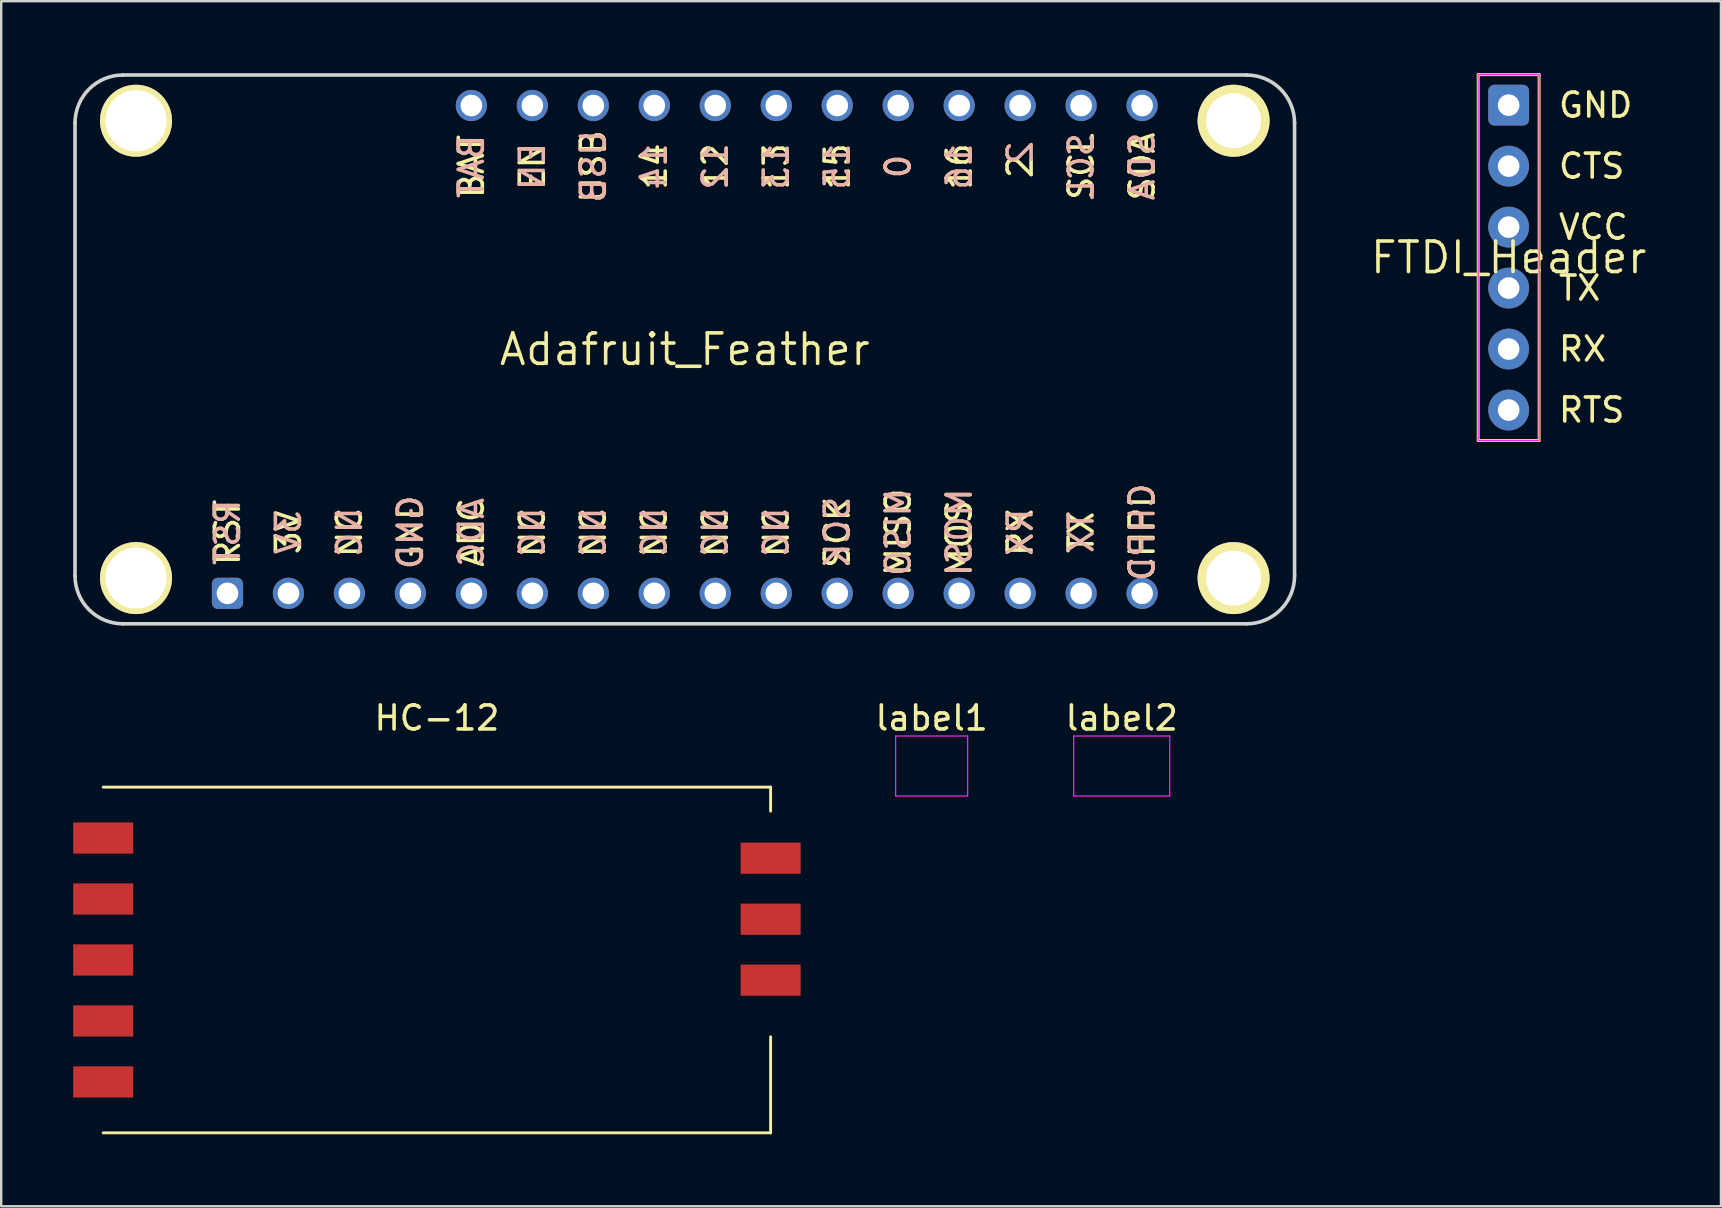
<source format=kicad_pcb>
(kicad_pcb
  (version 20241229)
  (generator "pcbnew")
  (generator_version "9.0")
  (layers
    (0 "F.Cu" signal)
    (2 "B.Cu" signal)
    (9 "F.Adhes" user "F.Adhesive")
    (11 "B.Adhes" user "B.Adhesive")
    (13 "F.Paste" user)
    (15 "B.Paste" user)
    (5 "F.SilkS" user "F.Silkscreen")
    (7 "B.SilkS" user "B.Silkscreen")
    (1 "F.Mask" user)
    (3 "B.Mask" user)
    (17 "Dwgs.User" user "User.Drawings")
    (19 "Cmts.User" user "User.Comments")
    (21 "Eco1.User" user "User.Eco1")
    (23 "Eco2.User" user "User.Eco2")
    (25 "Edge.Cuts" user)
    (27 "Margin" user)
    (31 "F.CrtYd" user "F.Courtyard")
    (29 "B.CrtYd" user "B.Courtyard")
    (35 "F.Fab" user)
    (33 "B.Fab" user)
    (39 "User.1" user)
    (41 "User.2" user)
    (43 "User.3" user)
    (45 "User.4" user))
  (footprint "Adafruit_Feather"
    (layer "F.Cu")
    (at 25.475 11.505)
    (property "Reference" "Adafruit_Feather" (at 0 0 0) (layer "F.SilkS") (effects (font (size 1.27 1.27) (thickness 0.15))))
    (attr through_hole)
    (fp_line (start -25.4 -9.43) (end -25.4 9.43) (stroke (width 0.15) (type solid)) (layer "Edge.Cuts"))
    (fp_line (start -23.4 -11.43) (end 23.4 -11.43) (stroke (width 0.15) (type solid)) (layer "Edge.Cuts"))
    (fp_line (start -23.4 11.43) (end 23.4 11.43) (stroke (width 0.15) (type solid)) (layer "Edge.Cuts"))
    (fp_line (start 25.4 -9.43) (end 25.4 9.43) (stroke (width 0.15) (type solid)) (layer "Edge.Cuts"))
    (fp_arc (start -25.4 -9.43) (mid -24.814214 -10.844214) (end -23.4 -11.43) (stroke (width 0.15) (type solid)) (layer "Edge.Cuts"))
    (fp_arc (start -23.4 11.43) (mid -24.814214 10.844214) (end -25.4 9.43) (stroke (width 0.15) (type solid)) (layer "Edge.Cuts"))
    (fp_arc (start 23.4 -11.43) (mid 24.814214 -10.844214) (end 25.4 -9.43) (stroke (width 0.15) (type solid)) (layer "Edge.Cuts"))
    (fp_arc (start 25.4 9.43) (mid 24.814214 10.844214) (end 23.4 11.43) (stroke (width 0.15) (type solid)) (layer "Edge.Cuts"))
    (fp_text user "NC" (at 3.81 7.62 90) (layer "F.SilkS") (effects (font (size 1 1) (thickness 0.15))))
    (fp_text user "3V" (at -16.51 7.62 90) (layer "F.SilkS") (effects (font (size 1 1) (thickness 0.15))))
    (fp_text user "GND" (at -11.43 7.62 90) (layer "F.SilkS") (effects (font (size 1 1) (thickness 0.15))))
    (fp_text user "MISO" (at 8.89 7.62 90) (layer "F.SilkS") (effects (font (size 1 1) (thickness 0.15))))
    (fp_text user "14" (at -1.27 -7.62 90) (layer "F.SilkS") (effects (font (size 1 1) (thickness 0.15))))
    (fp_text user "0" (at 8.89 -7.62 90) (layer "F.SilkS") (effects (font (size 1 1) (thickness 0.15))))
    (fp_text user "NC" (at -3.81 7.62 90) (layer "F.SilkS") (effects (font (size 1 1) (thickness 0.15))))
    (fp_text user "CHPD" (at 19.05 7.62 90) (layer "F.SilkS") (effects (font (size 1 1) (thickness 0.15))))
    (fp_text user "NC" (at -1.27 7.62 90) (layer "F.SilkS") (effects (font (size 1 1) (thickness 0.15))))
    (fp_text user "RST" (at -19.05 7.62 90) (layer "F.SilkS") (effects (font (size 1 1) (thickness 0.15))))
    (fp_text user "RX" (at 13.97 7.62 90) (layer "F.SilkS") (effects (font (size 1 1) (thickness 0.15))))
    (fp_text user "12" (at 1.27 -7.62 90) (layer "F.SilkS") (effects (font (size 1 1) (thickness 0.15))))
    (fp_text user "BAT" (at -8.89 -7.62 90) (layer "F.SilkS") (effects (font (size 1 1) (thickness 0.15))))
    (fp_text user "2" (at 13.97 -7.62 90) (layer "F.SilkS") (effects (font (size 1 1) (thickness 0.15))))
    (fp_text user "TX" (at 16.51 7.62 90) (layer "F.SilkS") (effects (font (size 1 1) (thickness 0.15))))
    (fp_text user "SDA" (at 19.05 -7.62 90) (layer "F.SilkS") (effects (font (size 1 1) (thickness 0.15))))
    (fp_text user "USB" (at -3.81 -7.62 90) (layer "F.SilkS") (effects (font (size 1 1) (thickness 0.15))))
    (fp_text user "13" (at 3.81 -7.62 90) (layer "F.SilkS") (effects (font (size 1 1) (thickness 0.15))))
    (fp_text user "ADC" (at -8.89 7.62 90) (layer "F.SilkS") (effects (font (size 1 1) (thickness 0.15))))
    (fp_text user "NC" (at -13.97 7.62 90) (layer "F.SilkS") (effects (font (size 1 1) (thickness 0.15))))
    (fp_text user "SCK" (at 6.35 7.62 90) (layer "F.SilkS") (effects (font (size 1 1) (thickness 0.15))))
    (fp_text user "MOSI" (at 11.43 7.62 90) (layer "F.SilkS") (effects (font (size 1 1) (thickness 0.15))))
    (fp_text user "NC" (at -6.35 7.62 90) (layer "F.SilkS") (effects (font (size 1 1) (thickness 0.15))))
    (fp_text user "NC" (at 1.27 7.62 90) (layer "F.SilkS") (effects (font (size 1 1) (thickness 0.15))))
    (fp_text user "16" (at 11.43 -7.62 90) (layer "F.SilkS") (effects (font (size 1 1) (thickness 0.15))))
    (fp_text user "15" (at 6.35 -7.62 90) (layer "F.SilkS") (effects (font (size 1 1) (thickness 0.15))))
    (fp_text user "EN" (at -6.35 -7.62 90) (layer "F.SilkS") (effects (font (size 1 1) (thickness 0.15))))
    (fp_text user "SCL" (at 16.51 -7.62 90) (layer "F.SilkS") (effects (font (size 1 1) (thickness 0.15))))
    (fp_text user "TX" (at 16.51 7.62 90) (layer "B.SilkS") (effects (font (size 1 1) (thickness 0.15)) (justify mirror)))
    (fp_text user "RST" (at -19.05 7.62 90) (layer "B.SilkS") (effects (font (size 1 1) (thickness 0.15)) (justify mirror)))
    (fp_text user "CHPD" (at 19.05 7.62 90) (layer "B.SilkS") (effects (font (size 1 1) (thickness 0.15)) (justify mirror)))
    (fp_text user "BAT" (at -8.89 -7.62 90) (layer "B.SilkS") (effects (font (size 1 1) (thickness 0.15)) (justify mirror)))
    (fp_text user "RX" (at 13.97 7.62 90) (layer "B.SilkS") (effects (font (size 1 1) (thickness 0.15)) (justify mirror)))
    (fp_text user "EN" (at -6.35 -7.62 90) (layer "B.SilkS") (effects (font (size 1 1) (thickness 0.15)) (justify mirror)))
    (fp_text user "NC" (at -6.35 7.62 90) (layer "B.SilkS") (effects (font (size 1 1) (thickness 0.15)) (justify mirror)))
    (fp_text user "SDA" (at 19.05 -7.62 90) (layer "B.SilkS") (effects (font (size 1 1) (thickness 0.15)) (justify mirror)))
    (fp_text user "MOSI" (at 11.43 7.62 90) (layer "B.SilkS") (effects (font (size 1 1) (thickness 0.15)) (justify mirror)))
    (fp_text user "SCK" (at 6.35 7.62 90) (layer "B.SilkS") (effects (font (size 1 1) (thickness 0.15)) (justify mirror)))
    (fp_text user "NC" (at 3.81 7.62 90) (layer "B.SilkS") (effects (font (size 1 1) (thickness 0.15)) (justify mirror)))
    (fp_text user "NC" (at -1.27 7.62 90) (layer "B.SilkS") (effects (font (size 1 1) (thickness 0.15)) (justify mirror)))
    (fp_text user "GND" (at -11.43 7.62 90) (layer "B.SilkS") (effects (font (size 1 1) (thickness 0.15)) (justify mirror)))
    (fp_text user "NC" (at 1.27 7.62 90) (layer "B.SilkS") (effects (font (size 1 1) (thickness 0.15)) (justify mirror)))
    (fp_text user "NC" (at -3.81 7.62 90) (layer "B.SilkS") (effects (font (size 1 1) (thickness 0.15)) (justify mirror)))
    (fp_text user "0" (at 8.89 -7.62 90) (layer "B.SilkS") (effects (font (size 1 1) (thickness 0.15)) (justify mirror)))
    (fp_text user "3V" (at -16.51 7.62 90) (layer "B.SilkS") (effects (font (size 1 1) (thickness 0.15)) (justify mirror)))
    (fp_text user "ADC" (at -8.89 7.62 90) (layer "B.SilkS") (effects (font (size 1 1) (thickness 0.15)) (justify mirror)))
    (fp_text user "2" (at 13.97 -7.62 90) (layer "B.SilkS") (effects (font (size 1 1) (thickness 0.15)) (justify right mirror)))
    (fp_text user "15" (at 6.35 -7.62 90) (layer "B.SilkS") (effects (font (size 1 1) (thickness 0.15)) (justify mirror)))
    (fp_text user "USB" (at -3.81 -7.62 90) (layer "B.SilkS") (effects (font (size 1 1) (thickness 0.15)) (justify mirror)))
    (fp_text user "NC" (at -13.97 7.62 90) (layer "B.SilkS") (effects (font (size 1 1) (thickness 0.15)) (justify mirror)))
    (fp_text user "13" (at 3.81 -7.62 90) (layer "B.SilkS") (effects (font (size 1 1) (thickness 0.15)) (justify mirror)))
    (fp_text user "MISO" (at 8.89 7.62 90) (layer "B.SilkS") (effects (font (size 1 1) (thickness 0.15)) (justify mirror)))
    (fp_text user "16" (at 11.43 -7.62 90) (layer "B.SilkS") (effects (font (size 1 1) (thickness 0.15)) (justify mirror)))
    (fp_text user "14" (at -1.27 -7.62 90) (layer "B.SilkS") (effects (font (size 1 1) (thickness 0.15)) (justify mirror)))
    (fp_text user "SCL" (at 16.51 -7.62 90) (layer "B.SilkS") (effects (font (size 1 1) (thickness 0.15)) (justify mirror)))
    (fp_text user "12" (at 1.27 -7.62 90) (layer "B.SilkS") (effects (font (size 1 1) (thickness 0.15)) (justify mirror)))
    (pad "1" thru_hole roundrect (at -19.05 10.16) (size 1.3 1.3) (drill 0.9) (layers "*.Cu" "*.Mask") (roundrect_rratio 0.192))
    (pad "2" thru_hole circle (at -16.51 10.16) (size 1.3 1.3) (drill 0.9) (layers "*.Cu" "*.Mask"))
    (pad "3" thru_hole circle (at -13.97 10.16) (size 1.3 1.3) (drill 0.9) (layers "*.Cu" "*.Mask"))
    (pad "4" thru_hole circle (at -11.43 10.16) (size 1.3 1.3) (drill 0.9) (layers "*.Cu" "*.Mask"))
    (pad "5" thru_hole circle (at -8.89 10.16) (size 1.3 1.3) (drill 0.9) (layers "*.Cu" "*.Mask"))
    (pad "6" thru_hole circle (at -6.35 10.16) (size 1.3 1.3) (drill 0.9) (layers "*.Cu" "*.Mask"))
    (pad "7" thru_hole circle (at -22.86 -9.525) (size 3 3) (drill 2.54) (layers "*.Cu" "*.Mask" "F.SilkS"))
    (pad "7" thru_hole circle (at -22.86 9.525) (size 3 3) (drill 2.54) (layers "*.Cu" "*.Mask" "F.SilkS"))
    (pad "7" thru_hole circle (at -3.81 10.16) (size 1.3 1.3) (drill 0.9) (layers "*.Cu" "*.Mask"))
    (pad "7" thru_hole circle (at 22.86 -9.525) (size 3 3) (drill 2.286) (layers "*.Cu" "*.Mask" "F.SilkS"))
    (pad "7" thru_hole circle (at 22.86 9.525) (size 3 3) (drill 2.286) (layers "*.Cu" "*.Mask" "F.SilkS"))
    (pad "8" thru_hole circle (at -1.27 10.16) (size 1.3 1.3) (drill 0.9) (layers "*.Cu" "*.Mask"))
    (pad "9" thru_hole circle (at 1.27 10.16) (size 1.3 1.3) (drill 0.9) (layers "*.Cu" "*.Mask"))
    (pad "10" thru_hole circle (at 3.81 10.16) (size 1.3 1.3) (drill 0.9) (layers "*.Cu" "*.Mask"))
    (pad "11" thru_hole circle (at 6.35 10.16) (size 1.3 1.3) (drill 0.9) (layers "*.Cu" "*.Mask"))
    (pad "12" thru_hole circle (at 8.89 10.16) (size 1.3 1.3) (drill 0.9) (layers "*.Cu" "*.Mask"))
    (pad "13" thru_hole circle (at 11.43 10.16) (size 1.3 1.3) (drill 0.9) (layers "*.Cu" "*.Mask"))
    (pad "14" thru_hole circle (at 13.97 10.16) (size 1.3 1.3) (drill 0.9) (layers "*.Cu" "*.Mask"))
    (pad "15" thru_hole circle (at 16.51 10.16) (size 1.3 1.3) (drill 0.9) (layers "*.Cu" "*.Mask"))
    (pad "16" thru_hole circle (at 19.05 10.16) (size 1.3 1.3) (drill 0.9) (layers "*.Cu" "*.Mask"))
    (pad "17" thru_hole circle (at -8.89 -10.16) (size 1.3 1.3) (drill 0.9) (layers "*.Cu" "*.Mask"))
    (pad "18" thru_hole circle (at -6.35 -10.16) (size 1.3 1.3) (drill 0.9) (layers "*.Cu" "*.Mask"))
    (pad "19" thru_hole circle (at -3.81 -10.16) (size 1.3 1.3) (drill 0.9) (layers "*.Cu" "*.Mask"))
    (pad "20" thru_hole circle (at -1.27 -10.16) (size 1.3 1.3) (drill 0.9) (layers "*.Cu" "*.Mask"))
    (pad "21" thru_hole circle (at 1.27 -10.16) (size 1.3 1.3) (drill 0.9) (layers "*.Cu" "*.Mask"))
    (pad "22" thru_hole circle (at 3.81 -10.16) (size 1.3 1.3) (drill 0.9) (layers "*.Cu" "*.Mask"))
    (pad "23" thru_hole circle (at 6.35 -10.16) (size 1.3 1.3) (drill 0.9) (layers "*.Cu" "*.Mask"))
    (pad "24" thru_hole circle (at 8.89 -10.16) (size 1.3 1.3) (drill 0.9) (layers "*.Cu" "*.Mask"))
    (pad "25" thru_hole circle (at 11.43 -10.16) (size 1.3 1.3) (drill 0.9) (layers "*.Cu" "*.Mask"))
    (pad "26" thru_hole circle (at 13.97 -10.16) (size 1.3 1.3) (drill 0.9) (layers "*.Cu" "*.Mask"))
    (pad "27" thru_hole circle (at 16.51 -10.16) (size 1.3 1.3) (drill 0.9) (layers "*.Cu" "*.Mask"))
    (pad "28" thru_hole circle (at 19.05 -10.16) (size 1.3 1.3) (drill 0.9) (layers "*.Cu" "*.Mask")))
  (footprint "label2"
    (layer "F.Cu")
    (at 43.675 28.858)
    (property "Reference" "label2" (at 0 -2 0) (layer "F.SilkS") (effects (font (size 1 1) (thickness 0.15))))
    (attr through_hole)
    (fp_line (start -2 -1.25) (end -2 1.25) (stroke (width 0.05) (type solid)) (layer "F.CrtYd"))
    (fp_line (start -2 1.25) (end 2 1.25) (stroke (width 0.05) (type solid)) (layer "F.CrtYd"))
    (fp_line (start 2 -1.25) (end -2 -1.25) (stroke (width 0.05) (type solid)) (layer "F.CrtYd"))
    (fp_line (start 2 1.25) (end 2 -1.25) (stroke (width 0.05) (type solid)) (layer "F.CrtYd")))
  (footprint "HC-12"
    (layer "F.Cu")
    (at 15.15 36.938)
    (property "Reference" "HC-12" (at 0 -10.08 0) (layer "F.SilkS") (effects (font (size 1 1) (thickness 0.15))))
    (attr through_hole)
    (fp_line (start -13.9 -7.2) (end 13.9 -7.2) (stroke (width 0.12) (type solid)) (layer "F.SilkS"))
    (fp_line (start -13.9 7.2) (end 13.9 7.2) (stroke (width 0.12) (type solid)) (layer "F.SilkS"))
    (fp_line (start 13.9 -7.2) (end 13.9 -6.2) (stroke (width 0.12) (type solid)) (layer "F.SilkS"))
    (fp_line (start 13.9 7.2) (end 13.9 3.2) (stroke (width 0.12) (type solid)) (layer "F.SilkS"))
    (pad "1" smd rect (at -13.9 -5.08) (size 2.5 1.3) (layers "F.Cu" "F.Mask" "F.Paste"))
    (pad "2" smd rect (at -13.9 -2.54) (size 2.5 1.3) (layers "F.Cu" "F.Mask" "F.Paste"))
    (pad "3" smd rect (at -13.9 0) (size 2.5 1.3) (layers "F.Cu" "F.Mask" "F.Paste"))
    (pad "4" smd rect (at -13.9 2.54) (size 2.5 1.3) (layers "F.Cu" "F.Mask" "F.Paste"))
    (pad "5" smd rect (at -13.9 5.08) (size 2.5 1.3) (layers "F.Cu" "F.Mask" "F.Paste"))
    (pad "6" smd rect (at 13.9 -4.24) (size 2.5 1.3) (layers "F.Cu" "F.Mask" "F.Paste"))
    (pad "7" smd rect (at 13.9 -1.7) (size 2.5 1.3) (layers "F.Cu" "F.Mask" "F.Paste"))
    (pad "8" smd rect (at 13.9 0.84) (size 2.5 1.3) (layers "F.Cu" "F.Mask" "F.Paste")))
  (footprint "label1"
    (layer "F.Cu")
    (at 35.758 28.858)
    (property "Reference" "label1" (at 0 -2 0) (layer "F.SilkS") (effects (font (size 1 1) (thickness 0.15))))
    (attr through_hole)
    (fp_line (start -1.5 -1.25) (end -1.5 1.25) (stroke (width 0.05) (type solid)) (layer "F.CrtYd"))
    (fp_line (start -1.5 1.25) (end 1.5 1.25) (stroke (width 0.05) (type solid)) (layer "F.CrtYd"))
    (fp_line (start 1.5 -1.25) (end -1.5 -1.25) (stroke (width 0.05) (type solid)) (layer "F.CrtYd"))
    (fp_line (start 1.5 1.25) (end 1.5 -1.25) (stroke (width 0.05) (type solid)) (layer "F.CrtYd")))
  (footprint "FTDI_Header"
    (layer "F.Cu")
    (at 59.793 7.68)
    (property "Reference" "FTDI_Header" (at 0 0 0) (layer "F.SilkS") (effects (font (size 1.27 1.27) (thickness 0.15))))
    (attr through_hole)
    (fp_line (start -1.27 -7.62) (end -1.27 7.62) (stroke (width 0.12) (type solid)) (layer "F.SilkS"))
    (fp_line (start -1.27 7.62) (end 1.27 7.62) (stroke (width 0.12) (type solid)) (layer "F.SilkS"))
    (fp_line (start 1.27 -7.62) (end -1.27 -7.62) (stroke (width 0.12) (type solid)) (layer "F.SilkS"))
    (fp_line (start 1.27 7.62) (end 1.27 -7.62) (stroke (width 0.12) (type solid)) (layer "F.SilkS"))
    (fp_line (start -1.27 -7.62) (end -1.27 7.62) (stroke (width 0.05) (type solid)) (layer "F.CrtYd"))
    (fp_line (start -1.27 7.62) (end 1.27 7.62) (stroke (width 0.05) (type solid)) (layer "F.CrtYd"))
    (fp_line (start 1.27 -7.62) (end -1.27 -7.62) (stroke (width 0.05) (type solid)) (layer "F.CrtYd"))
    (fp_line (start 1.27 7.62) (end 1.27 -7.62) (stroke (width 0.05) (type solid)) (layer "F.CrtYd"))
    (fp_text user "TX" (at 2 1.27 0) (layer "F.SilkS") (effects (font (size 1 1) (thickness 0.15)) (justify left)))
    (fp_text user "VCC" (at 2 -1.27 0) (layer "F.SilkS") (effects (font (size 1 1) (thickness 0.15)) (justify left)))
    (fp_text user "RX" (at 2 3.81 0) (layer "F.SilkS") (effects (font (size 1 1) (thickness 0.15)) (justify left)))
    (fp_text user "GND" (at 2 -6.35 0) (layer "F.SilkS") (effects (font (size 1 1) (thickness 0.15)) (justify left)))
    (fp_text user "RTS" (at 2 6.35 0) (layer "F.SilkS") (effects (font (size 1 1) (thickness 0.15)) (justify left)))
    (fp_text user "CTS" (at 2 -3.81 0) (layer "F.SilkS") (effects (font (size 1 1) (thickness 0.15)) (justify left)))
    (pad "1" thru_hole roundrect (at 0 -6.35) (size 1.7 1.7) (drill 0.9) (layers "*.Cu" "*.Mask") (roundrect_rratio 0.147))
    (pad "2" thru_hole circle (at 0 -3.81) (size 1.7 1.7) (drill 0.9) (layers "*.Cu" "*.Mask"))
    (pad "3" thru_hole circle (at 0 -1.27) (size 1.7 1.7) (drill 0.9) (layers "*.Cu" "*.Mask"))
    (pad "4" thru_hole circle (at 0 1.27) (size 1.7 1.7) (drill 0.9) (layers "*.Cu" "*.Mask"))
    (pad "5" thru_hole circle (at 0 3.81) (size 1.7 1.7) (drill 0.9) (layers "*.Cu" "*.Mask"))
    (pad "6" thru_hole circle (at 0 6.35) (size 1.7 1.7) (drill 0.9) (layers "*.Cu" "*.Mask")))
  (gr_rect
    (start -3 -3)
    (end 68.636 47.198)
    (stroke (width 0.1) (type default))
    (fill no)
    (layer "Edge.Cuts")))
</source>
